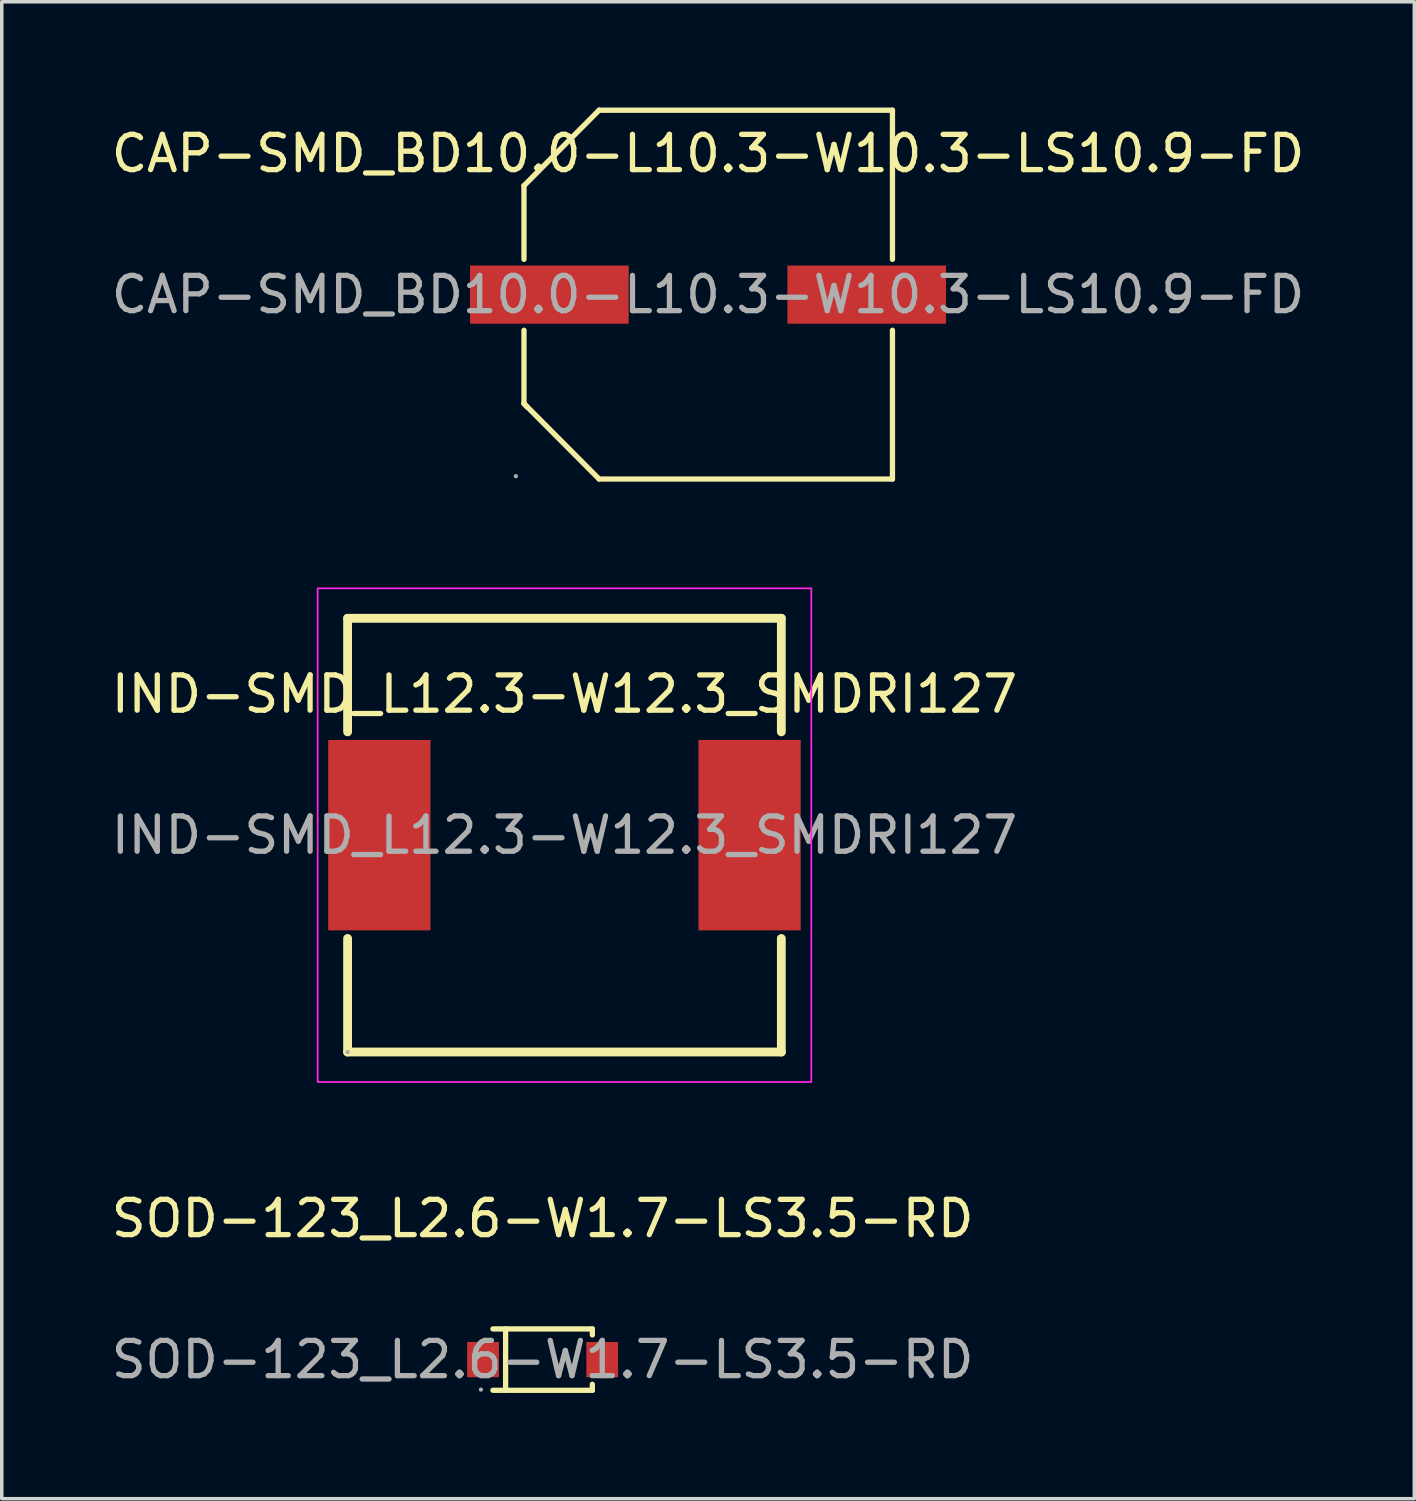
<source format=kicad_pcb>
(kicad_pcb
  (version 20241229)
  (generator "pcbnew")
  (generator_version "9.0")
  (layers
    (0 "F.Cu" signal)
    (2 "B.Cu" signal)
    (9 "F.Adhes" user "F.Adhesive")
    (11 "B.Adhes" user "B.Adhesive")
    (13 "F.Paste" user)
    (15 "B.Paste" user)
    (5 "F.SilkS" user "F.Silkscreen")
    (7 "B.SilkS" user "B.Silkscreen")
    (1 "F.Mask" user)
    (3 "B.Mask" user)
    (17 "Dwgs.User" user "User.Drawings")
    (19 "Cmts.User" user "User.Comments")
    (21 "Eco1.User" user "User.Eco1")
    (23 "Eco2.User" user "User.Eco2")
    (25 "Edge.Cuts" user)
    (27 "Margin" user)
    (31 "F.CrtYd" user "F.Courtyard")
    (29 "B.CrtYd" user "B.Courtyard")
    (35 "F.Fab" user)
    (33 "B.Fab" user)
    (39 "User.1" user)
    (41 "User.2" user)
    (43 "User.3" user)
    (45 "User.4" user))
  (footprint "SOD-123_L2.6-W1.7-LS3.5-RD"
    (layer "F.Cu")
    (at 12.339 35.508)
    (property "Reference" "SOD-123_L2.6-W1.7-LS3.5-RD" (at 0 -4 0) (layer "F.SilkS") (effects (font (size 1 1) (thickness 0.15))))
    (attr smd)
    (fp_line (start -1.41 -0.87) (end 1.41 -0.87) (stroke (width 0.15) (type solid)) (layer "F.SilkS"))
    (fp_line (start -1.41 0.87) (end 1.41 0.87) (stroke (width 0.15) (type solid)) (layer "F.SilkS"))
    (fp_line (start -1.05 -0.87) (end -1.05 0.87) (stroke (width 0.15) (type solid)) (layer "F.SilkS"))
    (fp_line (start 1.41 -0.87) (end 1.41 -0.7) (stroke (width 0.15) (type solid)) (layer "F.SilkS"))
    (fp_line (start 1.41 0.87) (end 1.41 0.7) (stroke (width 0.15) (type solid)) (layer "F.SilkS"))
    (fp_circle (center -1.75 0.85) (end -1.72 0.85) (stroke (width 0.06) (type solid)) (fill no) (layer "F.Fab"))
    (fp_text user "${REFERENCE}" (at 0 0 0) (layer "F.Fab") (effects (font (size 1 1) (thickness 0.15))))
    (pad "1" smd rect (at -1.69 0) (size 0.9 1) (layers "F.Cu" "F.Mask" "F.Paste"))
    (pad "2" smd rect (at 1.69 0) (size 0.9 1) (layers "F.Cu" "F.Mask" "F.Paste")))
  (footprint "IND-SMD_L12.3-W12.3_SMDRI127"
    (layer "F.Cu")
    (at 12.958 20.635)
    (property "Reference" "IND-SMD_L12.3-W12.3_SMDRI127" (at 0 -4 0) (layer "F.SilkS") (effects (font (size 1 1) (thickness 0.15))))
    (attr smd)
    (fp_line (start -6.15 -6.15) (end -6.15 -2.93) (stroke (width 0.25) (type solid)) (layer "F.SilkS"))
    (fp_line (start -6.15 -6.15) (end 6.15 -6.15) (stroke (width 0.25) (type solid)) (layer "F.SilkS"))
    (fp_line (start -6.15 2.93) (end -6.15 6.15) (stroke (width 0.25) (type solid)) (layer "F.SilkS"))
    (fp_line (start -6.15 6.15) (end 6.15 6.15) (stroke (width 0.25) (type solid)) (layer "F.SilkS"))
    (fp_line (start 6.15 -2.93) (end 6.15 -6.15) (stroke (width 0.25) (type solid)) (layer "F.SilkS"))
    (fp_line (start 6.15 6.15) (end 6.15 2.93) (stroke (width 0.25) (type solid)) (layer "F.SilkS"))
    (fp_rect (start -7 -7) (end 7 7) (stroke (width 0.05) (type default)) (fill no) (layer "F.CrtYd"))
    (fp_circle (center -6.15 6.15) (end -6.12 6.15) (stroke (width 0.06) (type solid)) (fill no) (layer "F.Fab"))
    (fp_text user "${REFERENCE}" (at 0 0 0) (layer "F.Fab") (effects (font (size 1 1) (thickness 0.15))))
    (pad "1" smd rect (at -5.25 0) (size 2.9 5.4) (layers "F.Cu" "F.Mask" "F.Paste"))
    (pad "2" smd rect (at 5.25 0) (size 2.9 5.4) (layers "F.Cu" "F.Mask" "F.Paste")))
  (footprint "CAP-SMD_BD10.0-L10.3-W10.3-LS10.9-FD"
    (layer "F.Cu")
    (at 17.03 5.305)
    (property "Reference" "CAP-SMD_BD10.0-L10.3-W10.3-LS10.9-FD" (at 0 -4 0) (layer "F.SilkS") (effects (font (size 1 1) (thickness 0.15))))
    (attr through_hole)
    (fp_line (start -5.22 -3.09) (end -5.22 -1) (stroke (width 0.15) (type solid)) (layer "F.SilkS"))
    (fp_line (start -5.22 1.01) (end -5.22 3.09) (stroke (width 0.15) (type solid)) (layer "F.SilkS"))
    (fp_line (start -5.22 3.09) (end -5.13 3.19) (stroke (width 0.15) (type solid)) (layer "F.SilkS"))
    (fp_line (start -3.09 -5.23) (end -5.22 -3.09) (stroke (width 0.15) (type solid)) (layer "F.SilkS"))
    (fp_line (start -3.09 5.23) (end -5.22 3.09) (stroke (width 0.15) (type solid)) (layer "F.SilkS"))
    (fp_line (start 5.23 -5.23) (end -3.09 -5.23) (stroke (width 0.15) (type solid)) (layer "F.SilkS"))
    (fp_line (start 5.23 -1) (end 5.23 -5.23) (stroke (width 0.15) (type solid)) (layer "F.SilkS"))
    (fp_line (start 5.23 5.23) (end -3.09 5.23) (stroke (width 0.15) (type solid)) (layer "F.SilkS"))
    (fp_line (start 5.23 5.23) (end 5.23 1.01) (stroke (width 0.15) (type solid)) (layer "F.SilkS"))
    (fp_circle (center -5.45 5.15) (end -5.42 5.15) (stroke (width 0.06) (type solid)) (fill no) (layer "F.Fab"))
    (fp_text user "${REFERENCE}" (at 0 0 0) (layer "F.Fab") (effects (font (size 1 1) (thickness 0.15))))
    (pad "1" smd rect (at -4.5 0) (size 4.5 1.65) (layers "F.Cu" "F.Mask" "F.Paste"))
    (pad "2" smd rect (at 4.5 0) (size 4.5 1.65) (layers "F.Cu" "F.Mask" "F.Paste")))
  (gr_rect
    (start -3 -3)
    (end 37.06 39.453)
    (stroke (width 0.1) (type default))
    (fill no)
    (layer "Edge.Cuts")))
</source>
